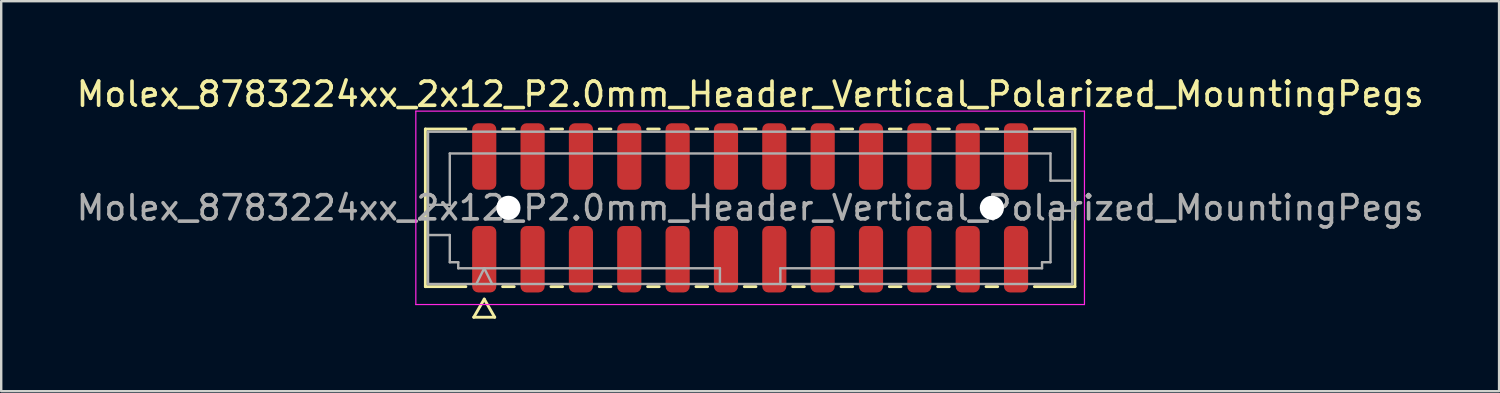
<source format=kicad_pcb>
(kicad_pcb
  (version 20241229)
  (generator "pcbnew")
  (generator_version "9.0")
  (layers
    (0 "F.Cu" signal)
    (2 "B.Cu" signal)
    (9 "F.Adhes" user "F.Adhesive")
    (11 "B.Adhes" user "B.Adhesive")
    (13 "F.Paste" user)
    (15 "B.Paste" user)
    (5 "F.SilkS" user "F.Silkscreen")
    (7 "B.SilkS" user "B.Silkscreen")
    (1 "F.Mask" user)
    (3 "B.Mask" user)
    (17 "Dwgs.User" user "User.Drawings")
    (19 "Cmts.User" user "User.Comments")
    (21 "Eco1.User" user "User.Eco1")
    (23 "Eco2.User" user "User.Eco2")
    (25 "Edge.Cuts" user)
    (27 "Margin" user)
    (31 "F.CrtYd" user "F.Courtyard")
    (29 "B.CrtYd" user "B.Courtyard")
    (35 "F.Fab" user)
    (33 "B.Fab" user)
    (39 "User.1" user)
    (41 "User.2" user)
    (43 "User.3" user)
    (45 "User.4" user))
  (footprint "Molex_8783224xx_2x12_P2.0mm_Header_Vertical_Polarized_MountingPegs"
    (layer "F.Cu")
    (at 27.982 5.548)
    (property "Reference" "Molex_8783224xx_2x12_P2.0mm_Header_Vertical_Polarized_MountingPegs" (at 0 -4.7 0) (layer "F.SilkS") (effects (font (size 1 1) (thickness 0.15))))
    (attr smd)
    (fp_line (start -13.435 -3.26) (end -11.76 -3.26) (stroke (width 0.12) (type solid)) (layer "F.SilkS"))
    (fp_line (start -13.435 3.26) (end -13.435 -3.26) (stroke (width 0.12) (type solid)) (layer "F.SilkS"))
    (fp_line (start -11.76 3.26) (end -13.435 3.26) (stroke (width 0.12) (type solid)) (layer "F.SilkS"))
    (fp_line (start -11.433 4.525) (end -11 3.775) (stroke (width 0.12) (type solid)) (layer "F.SilkS"))
    (fp_line (start -11 3.775) (end -10.567 4.525) (stroke (width 0.12) (type solid)) (layer "F.SilkS"))
    (fp_line (start -10.567 4.525) (end -11.433 4.525) (stroke (width 0.12) (type solid)) (layer "F.SilkS"))
    (fp_line (start -10.24 -3.26) (end -9.76 -3.26) (stroke (width 0.12) (type solid)) (layer "F.SilkS"))
    (fp_line (start -9.76 3.26) (end -10.24 3.26) (stroke (width 0.12) (type solid)) (layer "F.SilkS"))
    (fp_line (start -8.24 -3.26) (end -7.76 -3.26) (stroke (width 0.12) (type solid)) (layer "F.SilkS"))
    (fp_line (start -7.76 3.26) (end -8.24 3.26) (stroke (width 0.12) (type solid)) (layer "F.SilkS"))
    (fp_line (start -6.24 -3.26) (end -5.76 -3.26) (stroke (width 0.12) (type solid)) (layer "F.SilkS"))
    (fp_line (start -5.76 3.26) (end -6.24 3.26) (stroke (width 0.12) (type solid)) (layer "F.SilkS"))
    (fp_line (start -4.24 -3.26) (end -3.76 -3.26) (stroke (width 0.12) (type solid)) (layer "F.SilkS"))
    (fp_line (start -3.76 3.26) (end -4.24 3.26) (stroke (width 0.12) (type solid)) (layer "F.SilkS"))
    (fp_line (start -2.24 -3.26) (end -1.76 -3.26) (stroke (width 0.12) (type solid)) (layer "F.SilkS"))
    (fp_line (start -1.76 3.26) (end -2.24 3.26) (stroke (width 0.12) (type solid)) (layer "F.SilkS"))
    (fp_line (start -0.24 -3.26) (end 0.24 -3.26) (stroke (width 0.12) (type solid)) (layer "F.SilkS"))
    (fp_line (start 0.24 3.26) (end -0.24 3.26) (stroke (width 0.12) (type solid)) (layer "F.SilkS"))
    (fp_line (start 1.76 -3.26) (end 2.24 -3.26) (stroke (width 0.12) (type solid)) (layer "F.SilkS"))
    (fp_line (start 2.24 3.26) (end 1.76 3.26) (stroke (width 0.12) (type solid)) (layer "F.SilkS"))
    (fp_line (start 3.76 -3.26) (end 4.24 -3.26) (stroke (width 0.12) (type solid)) (layer "F.SilkS"))
    (fp_line (start 4.24 3.26) (end 3.76 3.26) (stroke (width 0.12) (type solid)) (layer "F.SilkS"))
    (fp_line (start 5.76 -3.26) (end 6.24 -3.26) (stroke (width 0.12) (type solid)) (layer "F.SilkS"))
    (fp_line (start 6.24 3.26) (end 5.76 3.26) (stroke (width 0.12) (type solid)) (layer "F.SilkS"))
    (fp_line (start 7.76 -3.26) (end 8.24 -3.26) (stroke (width 0.12) (type solid)) (layer "F.SilkS"))
    (fp_line (start 8.24 3.26) (end 7.76 3.26) (stroke (width 0.12) (type solid)) (layer "F.SilkS"))
    (fp_line (start 9.76 -3.26) (end 10.24 -3.26) (stroke (width 0.12) (type solid)) (layer "F.SilkS"))
    (fp_line (start 10.24 3.26) (end 9.76 3.26) (stroke (width 0.12) (type solid)) (layer "F.SilkS"))
    (fp_line (start 11.76 -3.26) (end 13.435 -3.26) (stroke (width 0.12) (type solid)) (layer "F.SilkS"))
    (fp_line (start 13.435 -3.26) (end 13.435 3.26) (stroke (width 0.12) (type solid)) (layer "F.SilkS"))
    (fp_line (start 13.435 3.26) (end 11.76 3.26) (stroke (width 0.12) (type solid)) (layer "F.SilkS"))
    (fp_line (start -13.83 -4) (end -13.83 4) (stroke (width 0.05) (type solid)) (layer "F.CrtYd"))
    (fp_line (start -13.83 4) (end 13.83 4) (stroke (width 0.05) (type solid)) (layer "F.CrtYd"))
    (fp_line (start 13.83 -4) (end -13.83 -4) (stroke (width 0.05) (type solid)) (layer "F.CrtYd"))
    (fp_line (start 13.83 4) (end 13.83 -4) (stroke (width 0.05) (type solid)) (layer "F.CrtYd"))
    (fp_line (start -13.325 -3.15) (end 13.325 -3.15) (stroke (width 0.1) (type solid)) (layer "F.Fab"))
    (fp_line (start -13.325 -0.125) (end -12.425 -0.125) (stroke (width 0.1) (type solid)) (layer "F.Fab"))
    (fp_line (start -13.325 1.125) (end -12.425 1.125) (stroke (width 0.1) (type solid)) (layer "F.Fab"))
    (fp_line (start -13.325 3.15) (end -13.325 -3.15) (stroke (width 0.1) (type solid)) (layer "F.Fab"))
    (fp_line (start -12.425 -2.25) (end 12.425 -2.25) (stroke (width 0.1) (type solid)) (layer "F.Fab"))
    (fp_line (start -12.425 -0.125) (end -12.425 -2.25) (stroke (width 0.1) (type solid)) (layer "F.Fab"))
    (fp_line (start -12.425 1.125) (end -12.425 2.25) (stroke (width 0.1) (type solid)) (layer "F.Fab"))
    (fp_line (start -12.425 2.25) (end -12.075 2.25) (stroke (width 0.1) (type solid)) (layer "F.Fab"))
    (fp_line (start -12.075 2.25) (end -12.075 2.5) (stroke (width 0.1) (type solid)) (layer "F.Fab"))
    (fp_line (start -12.075 2.5) (end -1.25 2.5) (stroke (width 0.1) (type solid)) (layer "F.Fab"))
    (fp_line (start -11.325 3.15) (end -11 2.5) (stroke (width 0.1) (type solid)) (layer "F.Fab"))
    (fp_line (start -11 2.5) (end -10.675 3.15) (stroke (width 0.1) (type solid)) (layer "F.Fab"))
    (fp_line (start -1.25 2.5) (end -1.25 3.15) (stroke (width 0.1) (type solid)) (layer "F.Fab"))
    (fp_line (start 1.25 2.5) (end 1.25 3.15) (stroke (width 0.1) (type solid)) (layer "F.Fab"))
    (fp_line (start 1.25 2.5) (end 12.075 2.5) (stroke (width 0.1) (type solid)) (layer "F.Fab"))
    (fp_line (start 12.075 2.25) (end 12.425 2.25) (stroke (width 0.1) (type solid)) (layer "F.Fab"))
    (fp_line (start 12.075 2.5) (end 12.075 2.25) (stroke (width 0.1) (type solid)) (layer "F.Fab"))
    (fp_line (start 12.425 -2.25) (end 12.425 -1.125) (stroke (width 0.1) (type solid)) (layer "F.Fab"))
    (fp_line (start 12.425 -1.125) (end 13.325 -1.125) (stroke (width 0.1) (type solid)) (layer "F.Fab"))
    (fp_line (start 12.425 0.125) (end 13.325 0.125) (stroke (width 0.1) (type solid)) (layer "F.Fab"))
    (fp_line (start 12.425 2.25) (end 12.425 0.125) (stroke (width 0.1) (type solid)) (layer "F.Fab"))
    (fp_line (start 13.325 -3.15) (end 13.325 3.15) (stroke (width 0.1) (type solid)) (layer "F.Fab"))
    (fp_line (start 13.325 3.15) (end -13.325 3.15) (stroke (width 0.1) (type solid)) (layer "F.Fab"))
    (fp_text user "${REFERENCE}" (at 0 0 0) (layer "F.Fab") (effects (font (size 1 1) (thickness 0.15))))
    (pad "" np_thru_hole circle (at -10 0) (size 1 1) (drill 1) (layers "*.Cu" "*.Mask"))
    (pad "" np_thru_hole circle (at 10 0) (size 1 1) (drill 1) (layers "*.Cu" "*.Mask"))
    (pad "1" smd roundrect (at -11 2.125) (size 1 2.75) (layers "F.Cu" "F.Mask" "F.Paste") (roundrect_rratio 0.25))
    (pad "2" smd roundrect (at -11 -2.125) (size 1 2.75) (layers "F.Cu" "F.Mask" "F.Paste") (roundrect_rratio 0.25))
    (pad "3" smd roundrect (at -9 2.125) (size 1 2.75) (layers "F.Cu" "F.Mask" "F.Paste") (roundrect_rratio 0.25))
    (pad "4" smd roundrect (at -9 -2.125) (size 1 2.75) (layers "F.Cu" "F.Mask" "F.Paste") (roundrect_rratio 0.25))
    (pad "5" smd roundrect (at -7 2.125) (size 1 2.75) (layers "F.Cu" "F.Mask" "F.Paste") (roundrect_rratio 0.25))
    (pad "6" smd roundrect (at -7 -2.125) (size 1 2.75) (layers "F.Cu" "F.Mask" "F.Paste") (roundrect_rratio 0.25))
    (pad "7" smd roundrect (at -5 2.125) (size 1 2.75) (layers "F.Cu" "F.Mask" "F.Paste") (roundrect_rratio 0.25))
    (pad "8" smd roundrect (at -5 -2.125) (size 1 2.75) (layers "F.Cu" "F.Mask" "F.Paste") (roundrect_rratio 0.25))
    (pad "9" smd roundrect (at -3 2.125) (size 1 2.75) (layers "F.Cu" "F.Mask" "F.Paste") (roundrect_rratio 0.25))
    (pad "10" smd roundrect (at -3 -2.125) (size 1 2.75) (layers "F.Cu" "F.Mask" "F.Paste") (roundrect_rratio 0.25))
    (pad "11" smd roundrect (at -1 2.125) (size 1 2.75) (layers "F.Cu" "F.Mask" "F.Paste") (roundrect_rratio 0.25))
    (pad "12" smd roundrect (at -1 -2.125) (size 1 2.75) (layers "F.Cu" "F.Mask" "F.Paste") (roundrect_rratio 0.25))
    (pad "13" smd roundrect (at 1 2.125) (size 1 2.75) (layers "F.Cu" "F.Mask" "F.Paste") (roundrect_rratio 0.25))
    (pad "14" smd roundrect (at 1 -2.125) (size 1 2.75) (layers "F.Cu" "F.Mask" "F.Paste") (roundrect_rratio 0.25))
    (pad "15" smd roundrect (at 3 2.125) (size 1 2.75) (layers "F.Cu" "F.Mask" "F.Paste") (roundrect_rratio 0.25))
    (pad "16" smd roundrect (at 3 -2.125) (size 1 2.75) (layers "F.Cu" "F.Mask" "F.Paste") (roundrect_rratio 0.25))
    (pad "17" smd roundrect (at 5 2.125) (size 1 2.75) (layers "F.Cu" "F.Mask" "F.Paste") (roundrect_rratio 0.25))
    (pad "18" smd roundrect (at 5 -2.125) (size 1 2.75) (layers "F.Cu" "F.Mask" "F.Paste") (roundrect_rratio 0.25))
    (pad "19" smd roundrect (at 7 2.125) (size 1 2.75) (layers "F.Cu" "F.Mask" "F.Paste") (roundrect_rratio 0.25))
    (pad "20" smd roundrect (at 7 -2.125) (size 1 2.75) (layers "F.Cu" "F.Mask" "F.Paste") (roundrect_rratio 0.25))
    (pad "21" smd roundrect (at 9 2.125) (size 1 2.75) (layers "F.Cu" "F.Mask" "F.Paste") (roundrect_rratio 0.25))
    (pad "22" smd roundrect (at 9 -2.125) (size 1 2.75) (layers "F.Cu" "F.Mask" "F.Paste") (roundrect_rratio 0.25))
    (pad "23" smd roundrect (at 11 2.125) (size 1 2.75) (layers "F.Cu" "F.Mask" "F.Paste") (roundrect_rratio 0.25))
    (pad "24" smd roundrect (at 11 -2.125) (size 1 2.75) (layers "F.Cu" "F.Mask" "F.Paste") (roundrect_rratio 0.25)))
  (gr_rect
    (start -3 -3)
    (end 58.964 13.133)
    (stroke (width 0.1) (type default))
    (fill no)
    (layer "Edge.Cuts")))
</source>
